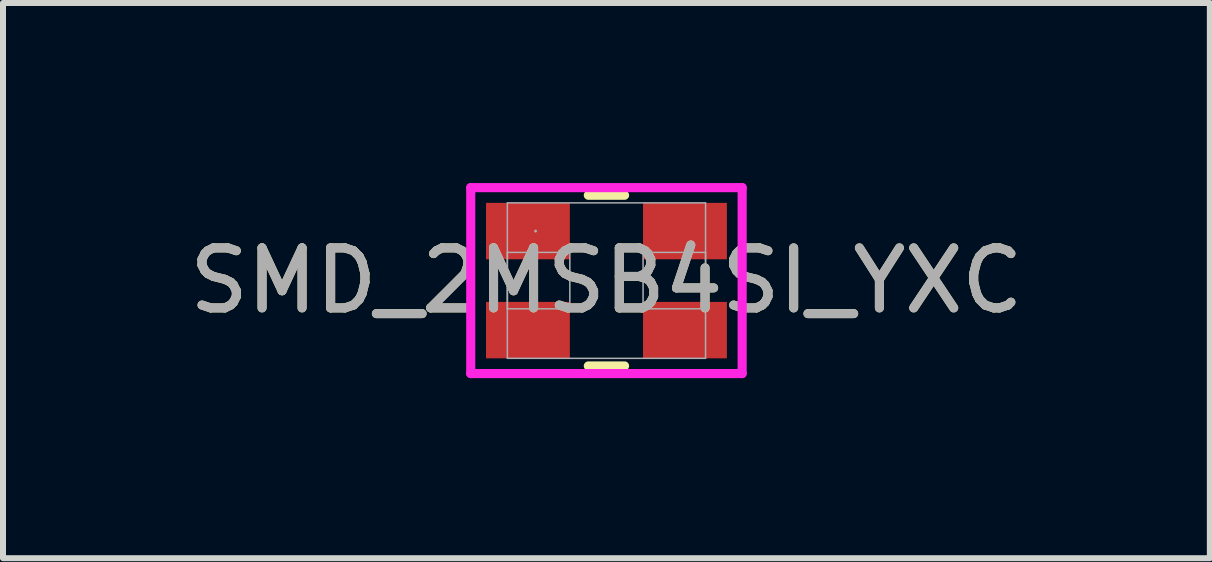
<source format=kicad_pcb>
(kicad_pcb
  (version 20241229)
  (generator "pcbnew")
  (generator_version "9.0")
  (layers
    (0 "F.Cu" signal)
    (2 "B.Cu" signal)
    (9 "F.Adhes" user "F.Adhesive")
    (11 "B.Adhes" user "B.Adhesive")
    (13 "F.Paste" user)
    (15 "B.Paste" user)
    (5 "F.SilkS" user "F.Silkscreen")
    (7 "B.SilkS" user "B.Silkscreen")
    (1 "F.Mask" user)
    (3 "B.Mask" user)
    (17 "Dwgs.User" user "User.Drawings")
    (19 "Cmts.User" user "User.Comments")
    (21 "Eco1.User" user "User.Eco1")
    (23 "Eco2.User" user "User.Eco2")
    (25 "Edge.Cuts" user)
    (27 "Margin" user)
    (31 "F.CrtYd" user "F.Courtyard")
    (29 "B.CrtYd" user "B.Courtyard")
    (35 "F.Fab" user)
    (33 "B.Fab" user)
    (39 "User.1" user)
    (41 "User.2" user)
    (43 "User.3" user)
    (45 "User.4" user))
  (footprint "SMD_2MSB4SI_YXC"
    (layer "F.Cu")
    (at 7.054 1.625)
    (property "Reference" "SMD_2MSB4SI_YXC" (at 0 0 0) (unlocked yes) (layer "F.SilkS") (effects (font (size 1 1) (thickness 0.15))))
    (attr smd)
    (fp_line (start -0.302 1.422) (end 0.302 1.422) (stroke (width 0.152) (type solid)) (layer "F.SilkS"))
    (fp_line (start 0.302 -1.422) (end -0.302 -1.422) (stroke (width 0.152) (type solid)) (layer "F.SilkS"))
    (fp_line (start -2.261 -1.549) (end 2.261 -1.549) (stroke (width 0.152) (type solid)) (layer "F.CrtYd"))
    (fp_line (start -2.261 1.549) (end -2.261 -1.549) (stroke (width 0.152) (type solid)) (layer "F.CrtYd"))
    (fp_line (start 2.261 -1.549) (end 2.261 1.549) (stroke (width 0.152) (type solid)) (layer "F.CrtYd"))
    (fp_line (start 2.261 1.549) (end -2.261 1.549) (stroke (width 0.152) (type solid)) (layer "F.CrtYd"))
    (fp_line (start -1.651 -1.295) (end -1.651 1.295) (stroke (width 0.025) (type solid)) (layer "F.Fab"))
    (fp_line (start -1.651 -0.47) (end -1.651 0.47) (stroke (width 0.025) (type solid)) (layer "F.Fab"))
    (fp_line (start -1.651 0.47) (end -0.61 0.47) (stroke (width 0.025) (type solid)) (layer "F.Fab"))
    (fp_line (start -1.651 1.295) (end 1.651 1.295) (stroke (width 0.025) (type solid)) (layer "F.Fab"))
    (fp_line (start -0.61 -0.47) (end -1.651 -0.47) (stroke (width 0.025) (type solid)) (layer "F.Fab"))
    (fp_line (start -0.61 0.47) (end -0.61 -0.47) (stroke (width 0.025) (type solid)) (layer "F.Fab"))
    (fp_line (start 0.61 -0.47) (end 0.61 0.47) (stroke (width 0.025) (type solid)) (layer "F.Fab"))
    (fp_line (start 0.61 0.47) (end 1.651 0.47) (stroke (width 0.025) (type solid)) (layer "F.Fab"))
    (fp_line (start 1.651 -1.295) (end -1.651 -1.295) (stroke (width 0.025) (type solid)) (layer "F.Fab"))
    (fp_line (start 1.651 -0.47) (end 0.61 -0.47) (stroke (width 0.025) (type solid)) (layer "F.Fab"))
    (fp_line (start 1.651 0.47) (end 1.651 -0.47) (stroke (width 0.025) (type solid)) (layer "F.Fab"))
    (fp_line (start 1.651 1.295) (end 1.651 -1.295) (stroke (width 0.025) (type solid)) (layer "F.Fab"))
    (fp_circle (center -1.181 -0.825) (end -1.181 -0.825) (stroke (width 0.025) (type solid)) (fill no) (layer "F.Fab"))
    (fp_text user "${REFERENCE}" (at 0 0 0) (unlocked yes) (layer "F.Fab") (effects (font (size 1 1) (thickness 0.15))))
    (pad "1" smd rect (at -1.308 0.825) (size 1.397 0.94) (layers "F.Cu" "F.Mask" "F.Paste"))
    (pad "2" smd rect (at 1.308 0.825) (size 1.397 0.94) (layers "F.Cu" "F.Mask" "F.Paste"))
    (pad "3" smd rect (at 1.308 -0.825) (size 1.397 0.94) (layers "F.Cu" "F.Mask" "F.Paste"))
    (pad "4" smd rect (at -1.308 -0.825) (size 1.397 0.94) (layers "F.Cu" "F.Mask" "F.Paste"))
    (zone (net_name "") (layer "F.Cu") (hatch full 0.508) (connect_pads) (min_thickness 0.254) (filled_areas_thickness no) (keepout (tracks not_allowed) (vias not_allowed) (pads allowed) (copperpour not_allowed) (footprints allowed)) (placement (enabled no)) (fill) (polygon (pts (xy 6.495 0.381) (xy 7.612 0.381) (xy 7.612 2.87) (xy 6.495 2.87)))))
  (gr_rect
    (start -3 -3)
    (end 17.107 6.25)
    (stroke (width 0.1) (type default))
    (fill no)
    (layer "Edge.Cuts")))
</source>
